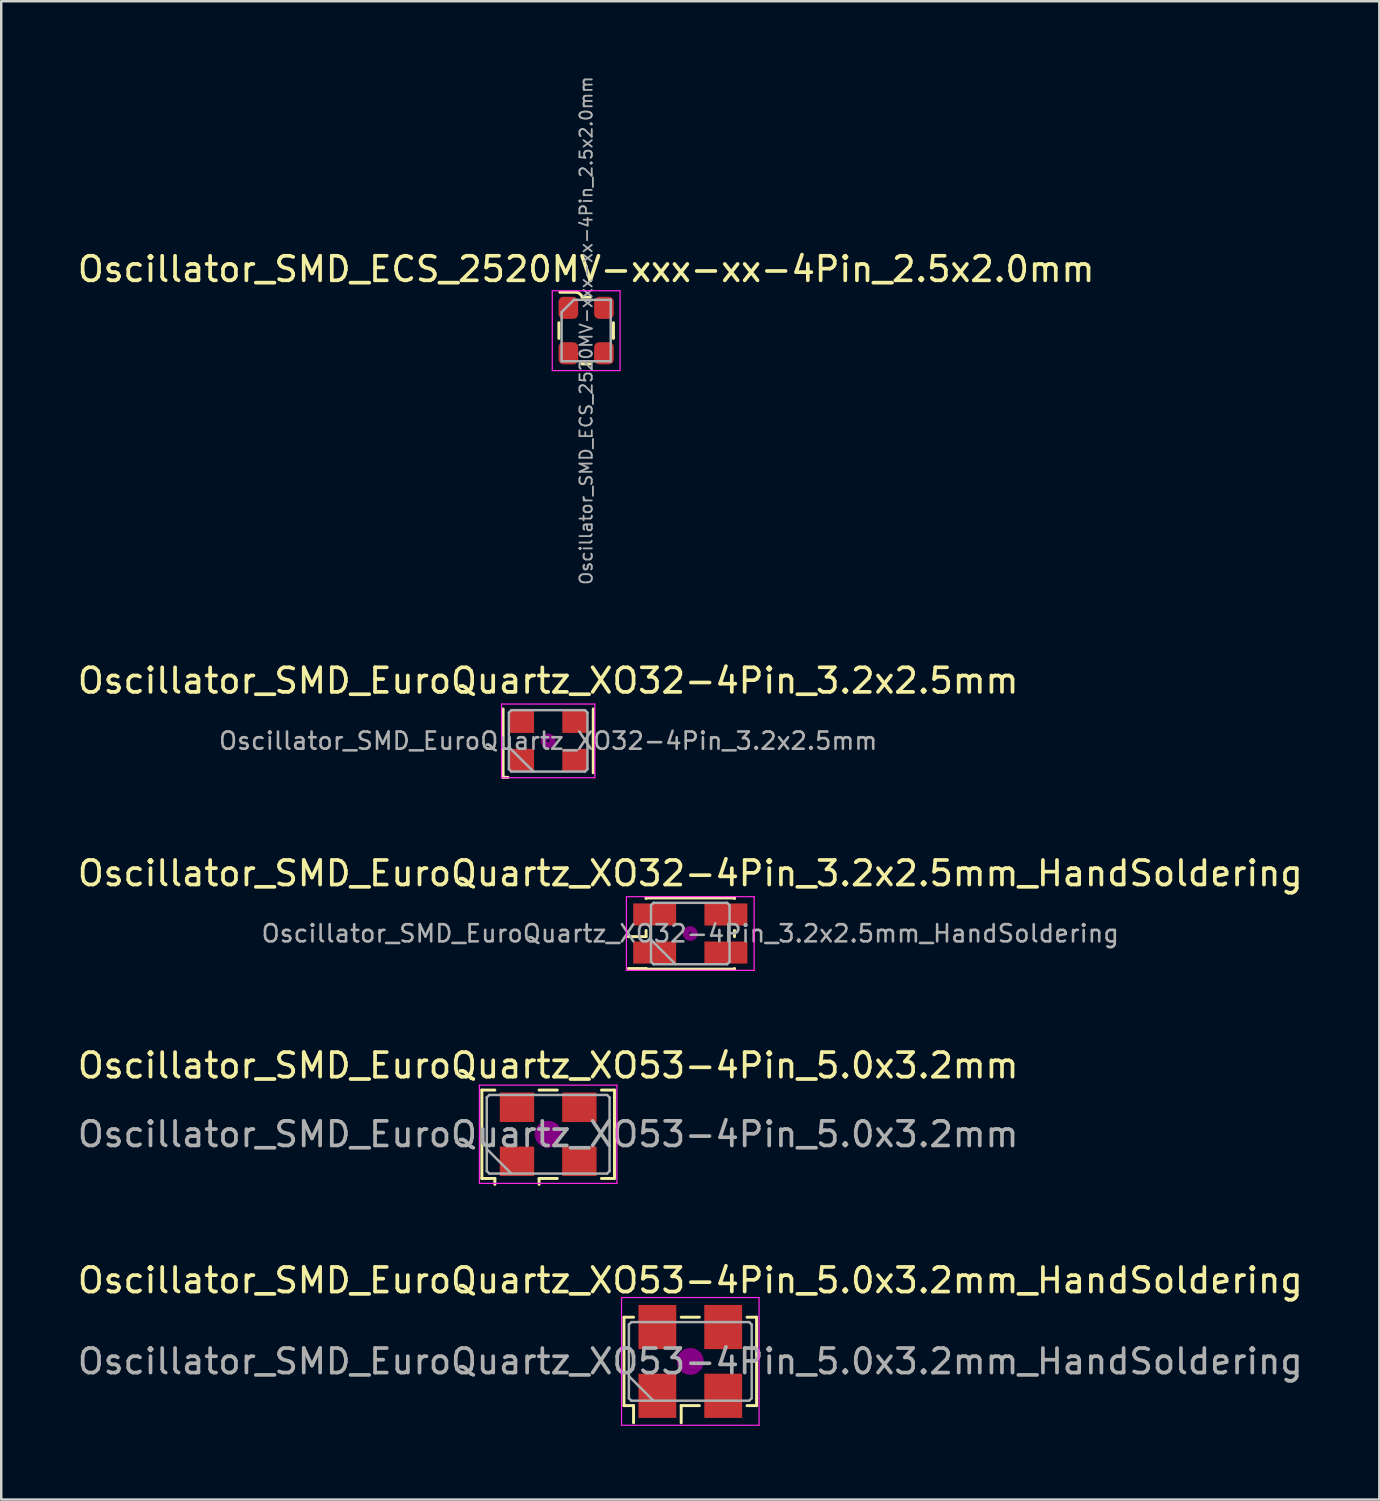
<source format=kicad_pcb>
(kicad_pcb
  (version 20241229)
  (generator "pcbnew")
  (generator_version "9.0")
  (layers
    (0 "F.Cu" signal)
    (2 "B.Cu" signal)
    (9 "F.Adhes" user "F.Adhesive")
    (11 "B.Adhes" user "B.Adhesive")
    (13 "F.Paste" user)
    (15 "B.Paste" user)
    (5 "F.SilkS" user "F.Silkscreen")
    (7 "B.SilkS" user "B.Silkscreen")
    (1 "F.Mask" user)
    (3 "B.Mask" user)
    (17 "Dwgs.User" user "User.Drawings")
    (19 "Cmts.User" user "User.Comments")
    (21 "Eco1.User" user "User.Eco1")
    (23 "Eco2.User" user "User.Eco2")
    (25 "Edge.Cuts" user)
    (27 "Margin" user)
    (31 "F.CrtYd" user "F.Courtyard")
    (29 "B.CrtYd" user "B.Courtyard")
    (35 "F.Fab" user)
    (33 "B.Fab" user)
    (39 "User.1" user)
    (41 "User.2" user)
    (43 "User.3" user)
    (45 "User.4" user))
  (footprint "Oscillator_SMD_EuroQuartz_XO32-4Pin_3.2x2.5mm"
    (layer "F.Cu")
    (at 19.268 27.114)
    (property "Reference" "Oscillator_SMD_EuroQuartz_XO32-4Pin_3.2x2.5mm" (at 0 -2.45 0) (layer "F.SilkS") (effects (font (size 1 1) (thickness 0.15))))
    (attr smd)
    (fp_line (start -1.835 1.485) (end -1.835 -1.3) (stroke (width 0.12) (type solid)) (layer "F.SilkS"))
    (fp_line (start -1.635 1.485) (end -1.835 1.485) (stroke (width 0.12) (type solid)) (layer "F.SilkS"))
    (fp_line (start 1.835 -1.3) (end 1.835 1.3) (stroke (width 0.12) (type solid)) (layer "F.SilkS"))
    (fp_circle (center 0 0) (end 0.058 0) (stroke (width 0.117) (type solid)) (fill no) (layer "F.Adhes"))
    (fp_circle (center 0 0) (end 0.133 0) (stroke (width 0.083) (type solid)) (fill no) (layer "F.Adhes"))
    (fp_circle (center 0 0) (end 0.208 0) (stroke (width 0.083) (type solid)) (fill no) (layer "F.Adhes"))
    (fp_circle (center 0 0) (end 0.25 0) (stroke (width 0.1) (type solid)) (fill no) (layer "F.Adhes"))
    (fp_line (start -1.9 -1.5) (end -1.9 1.5) (stroke (width 0.05) (type solid)) (layer "F.CrtYd"))
    (fp_line (start -1.9 1.5) (end 1.9 1.5) (stroke (width 0.05) (type solid)) (layer "F.CrtYd"))
    (fp_line (start 1.9 -1.5) (end -1.9 -1.5) (stroke (width 0.05) (type solid)) (layer "F.CrtYd"))
    (fp_line (start 1.9 1.5) (end 1.9 -1.5) (stroke (width 0.05) (type solid)) (layer "F.CrtYd"))
    (fp_line (start -1.6 -1.15) (end -1.5 -1.25) (stroke (width 0.1) (type solid)) (layer "F.Fab"))
    (fp_line (start -1.6 0.25) (end -0.6 1.25) (stroke (width 0.1) (type solid)) (layer "F.Fab"))
    (fp_line (start -1.6 1.15) (end -1.6 -1.15) (stroke (width 0.1) (type solid)) (layer "F.Fab"))
    (fp_line (start -1.5 -1.25) (end 1.5 -1.25) (stroke (width 0.1) (type solid)) (layer "F.Fab"))
    (fp_line (start -1.5 1.25) (end -1.6 1.15) (stroke (width 0.1) (type solid)) (layer "F.Fab"))
    (fp_line (start 1.5 -1.25) (end 1.6 -1.15) (stroke (width 0.1) (type solid)) (layer "F.Fab"))
    (fp_line (start 1.5 1.25) (end -1.5 1.25) (stroke (width 0.1) (type solid)) (layer "F.Fab"))
    (fp_line (start 1.6 -1.15) (end 1.6 1.15) (stroke (width 0.1) (type solid)) (layer "F.Fab"))
    (fp_line (start 1.6 1.15) (end 1.5 1.25) (stroke (width 0.1) (type solid)) (layer "F.Fab"))
    (fp_text user "${REFERENCE}" (at 0 0 0) (layer "F.Fab") (effects (font (size 0.7 0.7) (thickness 0.105))))
    (pad "1" smd rect (at -1.075 0.775) (size 1 0.9) (layers "F.Cu" "F.Mask" "F.Paste"))
    (pad "2" smd rect (at 1.075 0.775) (size 1 0.9) (layers "F.Cu" "F.Mask" "F.Paste"))
    (pad "3" smd rect (at 1.075 -0.775) (size 1 0.9) (layers "F.Cu" "F.Mask" "F.Paste"))
    (pad "4" smd rect (at -1.075 -0.775) (size 1 0.9) (layers "F.Cu" "F.Mask" "F.Paste")))
  (footprint "Oscillator_SMD_EuroQuartz_XO53-4Pin_5.0x3.2mm_HandSoldering"
    (layer "F.Cu")
    (at 25.054 52.378)
    (property "Reference" "Oscillator_SMD_EuroQuartz_XO53-4Pin_5.0x3.2mm_HandSoldering" (at 0 -3.3 0) (layer "F.SilkS") (effects (font (size 1 1) (thickness 0.15))))
    (attr smd)
    (fp_line (start -2.7 -1.8) (end -2.31 -1.8) (stroke (width 0.12) (type solid)) (layer "F.SilkS"))
    (fp_line (start -2.7 1.8) (end -2.7 -1.8) (stroke (width 0.12) (type solid)) (layer "F.SilkS"))
    (fp_line (start -2.31 1.8) (end -2.7 1.8) (stroke (width 0.12) (type solid)) (layer "F.SilkS"))
    (fp_line (start -2.31 2.5) (end -2.31 1.8) (stroke (width 0.12) (type solid)) (layer "F.SilkS"))
    (fp_line (start -0.37 -1.8) (end 0.37 -1.8) (stroke (width 0.12) (type solid)) (layer "F.SilkS"))
    (fp_line (start -0.37 1.8) (end -0.37 2.5) (stroke (width 0.12) (type solid)) (layer "F.SilkS"))
    (fp_line (start 0.37 1.8) (end -0.37 1.8) (stroke (width 0.12) (type solid)) (layer "F.SilkS"))
    (fp_line (start 2.31 -1.8) (end 2.7 -1.8) (stroke (width 0.12) (type solid)) (layer "F.SilkS"))
    (fp_line (start 2.7 -1.8) (end 2.7 1.8) (stroke (width 0.12) (type solid)) (layer "F.SilkS"))
    (fp_line (start 2.7 1.8) (end 2.31 1.8) (stroke (width 0.12) (type solid)) (layer "F.SilkS"))
    (fp_circle (center 0 0) (end 0.117 0) (stroke (width 0.233) (type solid)) (fill no) (layer "F.Adhes"))
    (fp_circle (center 0 0) (end 0.267 0) (stroke (width 0.167) (type solid)) (fill no) (layer "F.Adhes"))
    (fp_circle (center 0 0) (end 0.417 0) (stroke (width 0.167) (type solid)) (fill no) (layer "F.Adhes"))
    (fp_circle (center 0 0) (end 0.5 0) (stroke (width 0.1) (type solid)) (fill no) (layer "F.Adhes"))
    (fp_line (start -2.8 -2.6) (end -2.8 2.6) (stroke (width 0.05) (type solid)) (layer "F.CrtYd"))
    (fp_line (start -2.8 2.6) (end 2.8 2.6) (stroke (width 0.05) (type solid)) (layer "F.CrtYd"))
    (fp_line (start 2.8 -2.6) (end -2.8 -2.6) (stroke (width 0.05) (type solid)) (layer "F.CrtYd"))
    (fp_line (start 2.8 2.6) (end 2.8 -2.6) (stroke (width 0.05) (type solid)) (layer "F.CrtYd"))
    (fp_line (start -2.5 -1.5) (end -2.4 -1.6) (stroke (width 0.1) (type solid)) (layer "F.Fab"))
    (fp_line (start -2.5 0.6) (end -1.5 1.6) (stroke (width 0.1) (type solid)) (layer "F.Fab"))
    (fp_line (start -2.5 1.5) (end -2.5 -1.5) (stroke (width 0.1) (type solid)) (layer "F.Fab"))
    (fp_line (start -2.4 -1.6) (end 2.4 -1.6) (stroke (width 0.1) (type solid)) (layer "F.Fab"))
    (fp_line (start -2.4 1.6) (end -2.5 1.5) (stroke (width 0.1) (type solid)) (layer "F.Fab"))
    (fp_line (start 2.4 -1.6) (end 2.5 -1.5) (stroke (width 0.1) (type solid)) (layer "F.Fab"))
    (fp_line (start 2.4 1.6) (end -2.4 1.6) (stroke (width 0.1) (type solid)) (layer "F.Fab"))
    (fp_line (start 2.5 -1.5) (end 2.5 1.5) (stroke (width 0.1) (type solid)) (layer "F.Fab"))
    (fp_line (start 2.5 1.5) (end 2.4 1.6) (stroke (width 0.1) (type solid)) (layer "F.Fab"))
    (fp_text user "${REFERENCE}" (at 0 0 0) (layer "F.Fab") (effects (font (size 1 1) (thickness 0.15))))
    (pad "1" smd rect (at -1.34 1.4) (size 1.54 1.8) (layers "F.Cu" "F.Mask" "F.Paste"))
    (pad "2" smd rect (at 1.34 1.4) (size 1.54 1.8) (layers "F.Cu" "F.Mask" "F.Paste"))
    (pad "3" smd rect (at 1.34 -1.4) (size 1.54 1.8) (layers "F.Cu" "F.Mask" "F.Paste"))
    (pad "4" smd rect (at -1.34 -1.4) (size 1.54 1.8) (layers "F.Cu" "F.Mask" "F.Paste")))
  (footprint "Oscillator_SMD_EuroQuartz_XO53-4Pin_5.0x3.2mm"
    (layer "F.Cu")
    (at 19.268 43.13)
    (property "Reference" "Oscillator_SMD_EuroQuartz_XO53-4Pin_5.0x3.2mm" (at 0 -2.8 0) (layer "F.SilkS") (effects (font (size 1 1) (thickness 0.15))))
    (attr smd)
    (fp_line (start -2.7 -1.8) (end -2.17 -1.8) (stroke (width 0.12) (type solid)) (layer "F.SilkS"))
    (fp_line (start -2.7 1.8) (end -2.7 -1.8) (stroke (width 0.12) (type solid)) (layer "F.SilkS"))
    (fp_line (start -2.17 1.8) (end -2.7 1.8) (stroke (width 0.12) (type solid)) (layer "F.SilkS"))
    (fp_line (start -2.17 2.04) (end -2.17 1.8) (stroke (width 0.12) (type solid)) (layer "F.SilkS"))
    (fp_line (start -0.37 -1.8) (end 0.37 -1.8) (stroke (width 0.12) (type solid)) (layer "F.SilkS"))
    (fp_line (start -0.37 1.8) (end -0.37 2.04) (stroke (width 0.12) (type solid)) (layer "F.SilkS"))
    (fp_line (start 0.37 1.8) (end -0.37 1.8) (stroke (width 0.12) (type solid)) (layer "F.SilkS"))
    (fp_line (start 2.17 -1.8) (end 2.7 -1.8) (stroke (width 0.12) (type solid)) (layer "F.SilkS"))
    (fp_line (start 2.7 -1.8) (end 2.7 1.8) (stroke (width 0.12) (type solid)) (layer "F.SilkS"))
    (fp_line (start 2.7 1.8) (end 2.17 1.8) (stroke (width 0.12) (type solid)) (layer "F.SilkS"))
    (fp_circle (center 0 0) (end 0.117 0) (stroke (width 0.233) (type solid)) (fill no) (layer "F.Adhes"))
    (fp_circle (center 0 0) (end 0.267 0) (stroke (width 0.167) (type solid)) (fill no) (layer "F.Adhes"))
    (fp_circle (center 0 0) (end 0.417 0) (stroke (width 0.167) (type solid)) (fill no) (layer "F.Adhes"))
    (fp_circle (center 0 0) (end 0.5 0) (stroke (width 0.1) (type solid)) (fill no) (layer "F.Adhes"))
    (fp_line (start -2.8 -2) (end -2.8 2) (stroke (width 0.05) (type solid)) (layer "F.CrtYd"))
    (fp_line (start -2.8 2) (end 2.8 2) (stroke (width 0.05) (type solid)) (layer "F.CrtYd"))
    (fp_line (start 2.8 -2) (end -2.8 -2) (stroke (width 0.05) (type solid)) (layer "F.CrtYd"))
    (fp_line (start 2.8 2) (end 2.8 -2) (stroke (width 0.05) (type solid)) (layer "F.CrtYd"))
    (fp_line (start -2.5 -1.5) (end -2.4 -1.6) (stroke (width 0.1) (type solid)) (layer "F.Fab"))
    (fp_line (start -2.5 0.6) (end -1.5 1.6) (stroke (width 0.1) (type solid)) (layer "F.Fab"))
    (fp_line (start -2.5 1.5) (end -2.5 -1.5) (stroke (width 0.1) (type solid)) (layer "F.Fab"))
    (fp_line (start -2.4 -1.6) (end 2.4 -1.6) (stroke (width 0.1) (type solid)) (layer "F.Fab"))
    (fp_line (start -2.4 1.6) (end -2.5 1.5) (stroke (width 0.1) (type solid)) (layer "F.Fab"))
    (fp_line (start 2.4 -1.6) (end 2.5 -1.5) (stroke (width 0.1) (type solid)) (layer "F.Fab"))
    (fp_line (start 2.4 1.6) (end -2.4 1.6) (stroke (width 0.1) (type solid)) (layer "F.Fab"))
    (fp_line (start 2.5 -1.5) (end 2.5 1.5) (stroke (width 0.1) (type solid)) (layer "F.Fab"))
    (fp_line (start 2.5 1.5) (end 2.4 1.6) (stroke (width 0.1) (type solid)) (layer "F.Fab"))
    (fp_text user "${REFERENCE}" (at 0 0 0) (layer "F.Fab") (effects (font (size 1 1) (thickness 0.15))))
    (pad "1" smd rect (at -1.27 1.1) (size 1.4 1.2) (layers "F.Cu" "F.Mask" "F.Paste"))
    (pad "2" smd rect (at 1.27 1.1) (size 1.4 1.2) (layers "F.Cu" "F.Mask" "F.Paste"))
    (pad "3" smd rect (at 1.27 -1.1) (size 1.4 1.2) (layers "F.Cu" "F.Mask" "F.Paste"))
    (pad "4" smd rect (at -1.27 -1.1) (size 1.4 1.2) (layers "F.Cu" "F.Mask" "F.Paste")))
  (footprint "Oscillator_SMD_EuroQuartz_XO32-4Pin_3.2x2.5mm_HandSoldering"
    (layer "F.Cu")
    (at 25.054 34.957)
    (property "Reference" "Oscillator_SMD_EuroQuartz_XO32-4Pin_3.2x2.5mm_HandSoldering" (at 0 -2.45 0) (layer "F.SilkS") (effects (font (size 1 1) (thickness 0.15))))
    (attr smd)
    (fp_line (start -2.525 0.125) (end -1.8 0.125) (stroke (width 0.12) (type solid)) (layer "F.SilkS"))
    (fp_line (start -2.525 1.425) (end -1.8 1.425) (stroke (width 0.12) (type solid)) (layer "F.SilkS"))
    (fp_line (start -1.8 -1.45) (end 1.8 -1.45) (stroke (width 0.12) (type solid)) (layer "F.SilkS"))
    (fp_line (start -1.8 -1.425) (end -1.8 -1.45) (stroke (width 0.12) (type solid)) (layer "F.SilkS"))
    (fp_line (start -1.8 0.125) (end -1.8 -0.125) (stroke (width 0.12) (type solid)) (layer "F.SilkS"))
    (fp_line (start -1.8 1.425) (end -1.8 1.45) (stroke (width 0.12) (type solid)) (layer "F.SilkS"))
    (fp_line (start -1.8 1.45) (end 1.8 1.45) (stroke (width 0.12) (type solid)) (layer "F.SilkS"))
    (fp_line (start 1.8 -1.45) (end 1.8 -1.425) (stroke (width 0.12) (type solid)) (layer "F.SilkS"))
    (fp_line (start 1.8 -0.125) (end 1.8 0.125) (stroke (width 0.12) (type solid)) (layer "F.SilkS"))
    (fp_line (start 1.8 1.45) (end 1.8 1.425) (stroke (width 0.12) (type solid)) (layer "F.SilkS"))
    (fp_circle (center 0 0) (end 0.058 0) (stroke (width 0.117) (type solid)) (fill no) (layer "F.Adhes"))
    (fp_circle (center 0 0) (end 0.133 0) (stroke (width 0.083) (type solid)) (fill no) (layer "F.Adhes"))
    (fp_circle (center 0 0) (end 0.208 0) (stroke (width 0.083) (type solid)) (fill no) (layer "F.Adhes"))
    (fp_circle (center 0 0) (end 0.25 0) (stroke (width 0.1) (type solid)) (fill no) (layer "F.Adhes"))
    (fp_line (start -2.6 -1.5) (end -2.6 1.5) (stroke (width 0.05) (type solid)) (layer "F.CrtYd"))
    (fp_line (start -2.6 1.5) (end 2.6 1.5) (stroke (width 0.05) (type solid)) (layer "F.CrtYd"))
    (fp_line (start 2.6 -1.5) (end -2.6 -1.5) (stroke (width 0.05) (type solid)) (layer "F.CrtYd"))
    (fp_line (start 2.6 1.5) (end 2.6 -1.5) (stroke (width 0.05) (type solid)) (layer "F.CrtYd"))
    (fp_line (start -1.6 -1.15) (end -1.5 -1.25) (stroke (width 0.1) (type solid)) (layer "F.Fab"))
    (fp_line (start -1.6 0.25) (end -0.6 1.25) (stroke (width 0.1) (type solid)) (layer "F.Fab"))
    (fp_line (start -1.6 1.15) (end -1.6 -1.15) (stroke (width 0.1) (type solid)) (layer "F.Fab"))
    (fp_line (start -1.5 -1.25) (end 1.5 -1.25) (stroke (width 0.1) (type solid)) (layer "F.Fab"))
    (fp_line (start -1.5 1.25) (end -1.6 1.15) (stroke (width 0.1) (type solid)) (layer "F.Fab"))
    (fp_line (start 1.5 -1.25) (end 1.6 -1.15) (stroke (width 0.1) (type solid)) (layer "F.Fab"))
    (fp_line (start 1.5 1.25) (end -1.5 1.25) (stroke (width 0.1) (type solid)) (layer "F.Fab"))
    (fp_line (start 1.6 -1.15) (end 1.6 1.15) (stroke (width 0.1) (type solid)) (layer "F.Fab"))
    (fp_line (start 1.6 1.15) (end 1.5 1.25) (stroke (width 0.1) (type solid)) (layer "F.Fab"))
    (fp_text user "${REFERENCE}" (at 0 0 0) (layer "F.Fab") (effects (font (size 0.7 0.7) (thickness 0.105))))
    (pad "1" smd rect (at -1.45 0.775) (size 1.75 0.9) (layers "F.Cu" "F.Mask" "F.Paste"))
    (pad "2" smd rect (at 1.45 0.775) (size 1.75 0.9) (layers "F.Cu" "F.Mask" "F.Paste"))
    (pad "3" smd rect (at 1.45 -0.775) (size 1.75 0.9) (layers "F.Cu" "F.Mask" "F.Paste"))
    (pad "4" smd rect (at -1.45 -0.775) (size 1.75 0.9) (layers "F.Cu" "F.Mask" "F.Paste")))
  (footprint "Oscillator_SMD_ECS_2520MV-xxx-xx-4Pin_2.5x2.0mm"
    (layer "F.Cu")
    (at 20.815 10.408)
    (property "Reference" "Oscillator_SMD_ECS_2520MV-xxx-xx-4Pin_2.5x2.0mm" (at 0 -2.5 0) (layer "F.SilkS") (effects (font (size 1 1) (thickness 0.15))))
    (attr smd)
    (fp_line (start -1.11 0.32) (end -1.11 -0.32) (stroke (width 0.12) (type solid)) (layer "F.SilkS"))
    (fp_line (start -0.38 -1.56) (end -1.07 -1.56) (stroke (width 0.12) (type solid)) (layer "F.SilkS"))
    (fp_line (start -0.17 1.36) (end 0.17 1.36) (stroke (width 0.12) (type solid)) (layer "F.SilkS"))
    (fp_line (start -0.16 -1.36) (end 0.17 -1.36) (stroke (width 0.12) (type solid)) (layer "F.SilkS"))
    (fp_line (start 1.11 0.32) (end 1.11 -0.32) (stroke (width 0.12) (type solid)) (layer "F.SilkS"))
    (fp_arc (start -0.38 -1.56) (mid -0.246393 -1.485967) (end -0.16 -1.36) (stroke (width 0.12) (type solid)) (layer "F.SilkS"))
    (fp_line (start -1.38 -1.62) (end -1.38 1.63) (stroke (width 0.05) (type solid)) (layer "F.CrtYd"))
    (fp_line (start -1.38 -1.62) (end 1.38 -1.62) (stroke (width 0.05) (type solid)) (layer "F.CrtYd"))
    (fp_line (start -1.38 1.63) (end 1.38 1.63) (stroke (width 0.05) (type solid)) (layer "F.CrtYd"))
    (fp_line (start 1.38 -1.62) (end 1.38 1.63) (stroke (width 0.05) (type solid)) (layer "F.CrtYd"))
    (fp_line (start -1 -0.75) (end -1 1.25) (stroke (width 0.1) (type solid)) (layer "F.Fab"))
    (fp_line (start -1 -0.75) (end -0.5 -1.25) (stroke (width 0.1) (type solid)) (layer "F.Fab"))
    (fp_line (start -1 1.25) (end 1 1.25) (stroke (width 0.1) (type solid)) (layer "F.Fab"))
    (fp_line (start -0.5 -1.25) (end 1 -1.25) (stroke (width 0.1) (type solid)) (layer "F.Fab"))
    (fp_line (start 1 -1.25) (end 1 1.25) (stroke (width 0.1) (type solid)) (layer "F.Fab"))
    (fp_text user "${REFERENCE}" (at 0 0 90) (layer "F.Fab") (effects (font (size 0.5 0.5) (thickness 0.075))))
    (pad "1" smd roundrect (at -0.725 -0.925) (size 0.8 0.9) (layers "F.Cu" "F.Mask" "F.Paste") (roundrect_rratio 0.25))
    (pad "2" smd roundrect (at -0.725 0.925) (size 0.8 0.9) (layers "F.Cu" "F.Mask" "F.Paste") (roundrect_rratio 0.25))
    (pad "3" smd roundrect (at 0.725 0.925) (size 0.8 0.9) (layers "F.Cu" "F.Mask" "F.Paste") (roundrect_rratio 0.25))
    (pad "4" smd roundrect (at 0.725 -0.925) (size 0.8 0.9) (layers "F.Cu" "F.Mask" "F.Paste") (roundrect_rratio 0.25)))
  (gr_rect
    (start -3 -3)
    (end 53.107 58.003)
    (stroke (width 0.1) (type default))
    (fill no)
    (layer "Edge.Cuts")))
</source>
